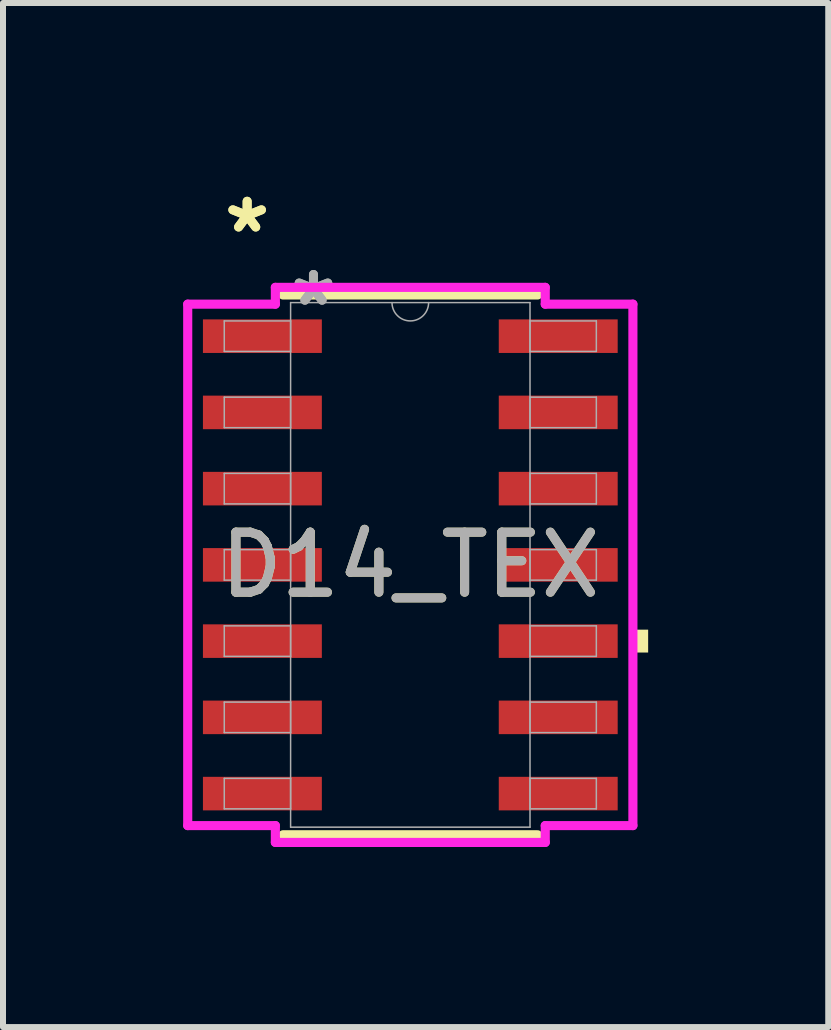
<source format=kicad_pcb>
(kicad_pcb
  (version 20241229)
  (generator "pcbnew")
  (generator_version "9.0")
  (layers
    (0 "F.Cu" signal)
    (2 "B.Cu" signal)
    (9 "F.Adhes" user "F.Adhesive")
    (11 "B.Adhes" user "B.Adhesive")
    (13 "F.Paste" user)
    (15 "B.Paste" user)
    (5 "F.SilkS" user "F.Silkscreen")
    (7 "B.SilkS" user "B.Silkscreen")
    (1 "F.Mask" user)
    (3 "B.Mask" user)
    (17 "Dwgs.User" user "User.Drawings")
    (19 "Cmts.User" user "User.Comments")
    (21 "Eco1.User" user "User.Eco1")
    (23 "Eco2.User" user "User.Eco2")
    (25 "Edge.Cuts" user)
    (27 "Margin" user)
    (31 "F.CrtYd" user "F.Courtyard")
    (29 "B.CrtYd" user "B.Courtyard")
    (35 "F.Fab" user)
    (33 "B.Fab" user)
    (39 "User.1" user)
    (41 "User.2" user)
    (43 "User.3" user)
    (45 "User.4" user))
  (footprint "D14_TEX"
    (layer "F.Cu")
    (at 3.785 6.36)
    (property "Reference" "D14_TEX" (at 0 0 0) (unlocked yes) (layer "F.SilkS") (effects (font (size 1 1) (thickness 0.15))))
    (attr smd)
    (fp_line (start -2.121 4.496) (end 2.121 4.496) (stroke (width 0.152) (type solid)) (layer "F.SilkS"))
    (fp_line (start 2.121 -4.496) (end -2.121 -4.496) (stroke (width 0.152) (type solid)) (layer "F.SilkS"))
    (fp_poly (pts (xy 3.962 1.079) (xy 3.962 1.46) (xy 3.708 1.46) (xy 3.708 1.079)) (stroke (width 0) (type solid)) (fill yes) (layer "F.SilkS"))
    (fp_line (start -3.708 -4.343) (end -2.248 -4.343) (stroke (width 0.152) (type solid)) (layer "F.CrtYd"))
    (fp_line (start -3.708 4.343) (end -3.708 -4.343) (stroke (width 0.152) (type solid)) (layer "F.CrtYd"))
    (fp_line (start -3.708 4.343) (end -2.248 4.343) (stroke (width 0.152) (type solid)) (layer "F.CrtYd"))
    (fp_line (start -2.248 -4.623) (end 2.248 -4.623) (stroke (width 0.152) (type solid)) (layer "F.CrtYd"))
    (fp_line (start -2.248 -4.343) (end -2.248 -4.623) (stroke (width 0.152) (type solid)) (layer "F.CrtYd"))
    (fp_line (start -2.248 4.623) (end -2.248 4.343) (stroke (width 0.152) (type solid)) (layer "F.CrtYd"))
    (fp_line (start 2.248 -4.623) (end 2.248 -4.343) (stroke (width 0.152) (type solid)) (layer "F.CrtYd"))
    (fp_line (start 2.248 4.343) (end 2.248 4.623) (stroke (width 0.152) (type solid)) (layer "F.CrtYd"))
    (fp_line (start 2.248 4.623) (end -2.248 4.623) (stroke (width 0.152) (type solid)) (layer "F.CrtYd"))
    (fp_line (start 3.708 -4.343) (end 2.248 -4.343) (stroke (width 0.152) (type solid)) (layer "F.CrtYd"))
    (fp_line (start 3.708 -4.343) (end 3.708 4.343) (stroke (width 0.152) (type solid)) (layer "F.CrtYd"))
    (fp_line (start 3.708 4.343) (end 2.248 4.343) (stroke (width 0.152) (type solid)) (layer "F.CrtYd"))
    (fp_line (start -3.099 -4.064) (end -3.099 -3.556) (stroke (width 0.025) (type solid)) (layer "F.Fab"))
    (fp_line (start -3.099 -3.556) (end -1.994 -3.556) (stroke (width 0.025) (type solid)) (layer "F.Fab"))
    (fp_line (start -3.099 -2.794) (end -3.099 -2.286) (stroke (width 0.025) (type solid)) (layer "F.Fab"))
    (fp_line (start -3.099 -2.286) (end -1.994 -2.286) (stroke (width 0.025) (type solid)) (layer "F.Fab"))
    (fp_line (start -3.099 -1.524) (end -3.099 -1.016) (stroke (width 0.025) (type solid)) (layer "F.Fab"))
    (fp_line (start -3.099 -1.016) (end -1.994 -1.016) (stroke (width 0.025) (type solid)) (layer "F.Fab"))
    (fp_line (start -3.099 -0.254) (end -3.099 0.254) (stroke (width 0.025) (type solid)) (layer "F.Fab"))
    (fp_line (start -3.099 0.254) (end -1.994 0.254) (stroke (width 0.025) (type solid)) (layer "F.Fab"))
    (fp_line (start -3.099 1.016) (end -3.099 1.524) (stroke (width 0.025) (type solid)) (layer "F.Fab"))
    (fp_line (start -3.099 1.524) (end -1.994 1.524) (stroke (width 0.025) (type solid)) (layer "F.Fab"))
    (fp_line (start -3.099 2.286) (end -3.099 2.794) (stroke (width 0.025) (type solid)) (layer "F.Fab"))
    (fp_line (start -3.099 2.794) (end -1.994 2.794) (stroke (width 0.025) (type solid)) (layer "F.Fab"))
    (fp_line (start -3.099 3.556) (end -3.099 4.064) (stroke (width 0.025) (type solid)) (layer "F.Fab"))
    (fp_line (start -3.099 4.064) (end -1.994 4.064) (stroke (width 0.025) (type solid)) (layer "F.Fab"))
    (fp_line (start -1.994 -4.369) (end -1.994 4.369) (stroke (width 0.025) (type solid)) (layer "F.Fab"))
    (fp_line (start -1.994 -4.064) (end -3.099 -4.064) (stroke (width 0.025) (type solid)) (layer "F.Fab"))
    (fp_line (start -1.994 -3.556) (end -1.994 -4.064) (stroke (width 0.025) (type solid)) (layer "F.Fab"))
    (fp_line (start -1.994 -2.794) (end -3.099 -2.794) (stroke (width 0.025) (type solid)) (layer "F.Fab"))
    (fp_line (start -1.994 -2.286) (end -1.994 -2.794) (stroke (width 0.025) (type solid)) (layer "F.Fab"))
    (fp_line (start -1.994 -1.524) (end -3.099 -1.524) (stroke (width 0.025) (type solid)) (layer "F.Fab"))
    (fp_line (start -1.994 -1.016) (end -1.994 -1.524) (stroke (width 0.025) (type solid)) (layer "F.Fab"))
    (fp_line (start -1.994 -0.254) (end -3.099 -0.254) (stroke (width 0.025) (type solid)) (layer "F.Fab"))
    (fp_line (start -1.994 0.254) (end -1.994 -0.254) (stroke (width 0.025) (type solid)) (layer "F.Fab"))
    (fp_line (start -1.994 1.016) (end -3.099 1.016) (stroke (width 0.025) (type solid)) (layer "F.Fab"))
    (fp_line (start -1.994 1.524) (end -1.994 1.016) (stroke (width 0.025) (type solid)) (layer "F.Fab"))
    (fp_line (start -1.994 2.286) (end -3.099 2.286) (stroke (width 0.025) (type solid)) (layer "F.Fab"))
    (fp_line (start -1.994 2.794) (end -1.994 2.286) (stroke (width 0.025) (type solid)) (layer "F.Fab"))
    (fp_line (start -1.994 3.556) (end -3.099 3.556) (stroke (width 0.025) (type solid)) (layer "F.Fab"))
    (fp_line (start -1.994 4.064) (end -1.994 3.556) (stroke (width 0.025) (type solid)) (layer "F.Fab"))
    (fp_line (start -1.994 4.369) (end 1.994 4.369) (stroke (width 0.025) (type solid)) (layer "F.Fab"))
    (fp_line (start 1.994 -4.369) (end -1.994 -4.369) (stroke (width 0.025) (type solid)) (layer "F.Fab"))
    (fp_line (start 1.994 -4.064) (end 1.994 -3.556) (stroke (width 0.025) (type solid)) (layer "F.Fab"))
    (fp_line (start 1.994 -3.556) (end 3.099 -3.556) (stroke (width 0.025) (type solid)) (layer "F.Fab"))
    (fp_line (start 1.994 -2.794) (end 1.994 -2.286) (stroke (width 0.025) (type solid)) (layer "F.Fab"))
    (fp_line (start 1.994 -2.286) (end 3.099 -2.286) (stroke (width 0.025) (type solid)) (layer "F.Fab"))
    (fp_line (start 1.994 -1.524) (end 1.994 -1.016) (stroke (width 0.025) (type solid)) (layer "F.Fab"))
    (fp_line (start 1.994 -1.016) (end 3.099 -1.016) (stroke (width 0.025) (type solid)) (layer "F.Fab"))
    (fp_line (start 1.994 -0.254) (end 1.994 0.254) (stroke (width 0.025) (type solid)) (layer "F.Fab"))
    (fp_line (start 1.994 0.254) (end 3.099 0.254) (stroke (width 0.025) (type solid)) (layer "F.Fab"))
    (fp_line (start 1.994 1.016) (end 1.994 1.524) (stroke (width 0.025) (type solid)) (layer "F.Fab"))
    (fp_line (start 1.994 1.524) (end 3.099 1.524) (stroke (width 0.025) (type solid)) (layer "F.Fab"))
    (fp_line (start 1.994 2.286) (end 1.994 2.794) (stroke (width 0.025) (type solid)) (layer "F.Fab"))
    (fp_line (start 1.994 2.794) (end 3.099 2.794) (stroke (width 0.025) (type solid)) (layer "F.Fab"))
    (fp_line (start 1.994 3.556) (end 1.994 4.064) (stroke (width 0.025) (type solid)) (layer "F.Fab"))
    (fp_line (start 1.994 4.064) (end 3.099 4.064) (stroke (width 0.025) (type solid)) (layer "F.Fab"))
    (fp_line (start 1.994 4.369) (end 1.994 -4.369) (stroke (width 0.025) (type solid)) (layer "F.Fab"))
    (fp_line (start 3.099 -4.064) (end 1.994 -4.064) (stroke (width 0.025) (type solid)) (layer "F.Fab"))
    (fp_line (start 3.099 -3.556) (end 3.099 -4.064) (stroke (width 0.025) (type solid)) (layer "F.Fab"))
    (fp_line (start 3.099 -2.794) (end 1.994 -2.794) (stroke (width 0.025) (type solid)) (layer "F.Fab"))
    (fp_line (start 3.099 -2.286) (end 3.099 -2.794) (stroke (width 0.025) (type solid)) (layer "F.Fab"))
    (fp_line (start 3.099 -1.524) (end 1.994 -1.524) (stroke (width 0.025) (type solid)) (layer "F.Fab"))
    (fp_line (start 3.099 -1.016) (end 3.099 -1.524) (stroke (width 0.025) (type solid)) (layer "F.Fab"))
    (fp_line (start 3.099 -0.254) (end 1.994 -0.254) (stroke (width 0.025) (type solid)) (layer "F.Fab"))
    (fp_line (start 3.099 0.254) (end 3.099 -0.254) (stroke (width 0.025) (type solid)) (layer "F.Fab"))
    (fp_line (start 3.099 1.016) (end 1.994 1.016) (stroke (width 0.025) (type solid)) (layer "F.Fab"))
    (fp_line (start 3.099 1.524) (end 3.099 1.016) (stroke (width 0.025) (type solid)) (layer "F.Fab"))
    (fp_line (start 3.099 2.286) (end 1.994 2.286) (stroke (width 0.025) (type solid)) (layer "F.Fab"))
    (fp_line (start 3.099 2.794) (end 3.099 2.286) (stroke (width 0.025) (type solid)) (layer "F.Fab"))
    (fp_line (start 3.099 3.556) (end 1.994 3.556) (stroke (width 0.025) (type solid)) (layer "F.Fab"))
    (fp_line (start 3.099 4.064) (end 3.099 3.556) (stroke (width 0.025) (type solid)) (layer "F.Fab"))
    (fp_arc (start 0.3048 -4.3688) (mid 0 -4.064) (end -0.3048 -4.3688) (stroke (width 0.0254) (type solid)) (layer "F.Fab"))
    (fp_text user "*" (at -2.718 -5.512 0) (layer "F.SilkS") (effects (font (size 1 1) (thickness 0.15))))
    (fp_text user "*" (at -2.718 -5.512 0) (unlocked yes) (layer "F.SilkS") (effects (font (size 1 1) (thickness 0.15))))
    (fp_text user "*" (at -1.613 -4.293 0) (unlocked yes) (layer "F.Fab") (effects (font (size 1 1) (thickness 0.15))))
    (fp_text user "*" (at -1.613 -4.293 0) (layer "F.Fab") (effects (font (size 1 1) (thickness 0.15))))
    (fp_text user "${REFERENCE}" (at 0 0 0) (unlocked yes) (layer "F.Fab") (effects (font (size 1 1) (thickness 0.15))))
    (pad "1" smd rect (at -2.464 -3.81) (size 1.981 0.559) (layers "F.Cu" "F.Mask" "F.Paste"))
    (pad "2" smd rect (at -2.464 -2.54) (size 1.981 0.559) (layers "F.Cu" "F.Mask" "F.Paste"))
    (pad "3" smd rect (at -2.464 -1.27) (size 1.981 0.559) (layers "F.Cu" "F.Mask" "F.Paste"))
    (pad "4" smd rect (at -2.464 0) (size 1.981 0.559) (layers "F.Cu" "F.Mask" "F.Paste"))
    (pad "5" smd rect (at -2.464 1.27) (size 1.981 0.559) (layers "F.Cu" "F.Mask" "F.Paste"))
    (pad "6" smd rect (at -2.464 2.54) (size 1.981 0.559) (layers "F.Cu" "F.Mask" "F.Paste"))
    (pad "7" smd rect (at -2.464 3.81) (size 1.981 0.559) (layers "F.Cu" "F.Mask" "F.Paste"))
    (pad "8" smd rect (at 2.464 3.81) (size 1.981 0.559) (layers "F.Cu" "F.Mask" "F.Paste"))
    (pad "9" smd rect (at 2.464 2.54) (size 1.981 0.559) (layers "F.Cu" "F.Mask" "F.Paste"))
    (pad "10" smd rect (at 2.464 1.27) (size 1.981 0.559) (layers "F.Cu" "F.Mask" "F.Paste"))
    (pad "11" smd rect (at 2.464 0) (size 1.981 0.559) (layers "F.Cu" "F.Mask" "F.Paste"))
    (pad "12" smd rect (at 2.464 -1.27) (size 1.981 0.559) (layers "F.Cu" "F.Mask" "F.Paste"))
    (pad "13" smd rect (at 2.464 -2.54) (size 1.981 0.559) (layers "F.Cu" "F.Mask" "F.Paste"))
    (pad "14" smd rect (at 2.464 -3.81) (size 1.981 0.559) (layers "F.Cu" "F.Mask" "F.Paste")))
  (gr_rect
    (start -3 -3)
    (end 10.747 14.059)
    (stroke (width 0.1) (type default))
    (fill no)
    (layer "Edge.Cuts")))
</source>
